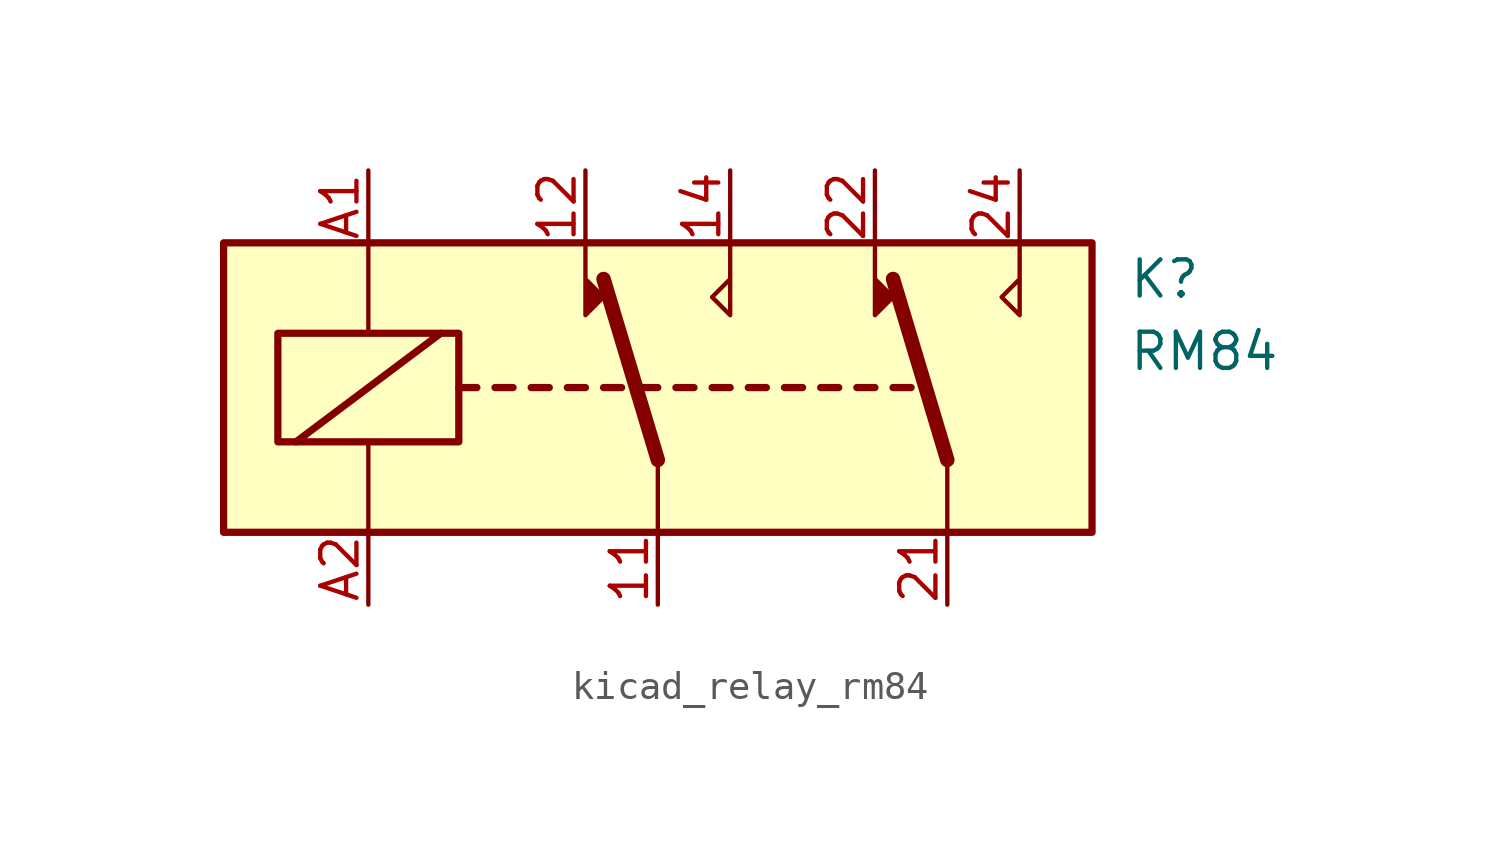
<source format=kicad_sym>
(kicad_symbol_lib
  (version 20220914)
  (generator kicad_symbol_editor)
  (symbol "kicad_relay_rm84"
    (property "Reference" "K"
      (at 16.51 3.81 0)
      (effects (font (size 1.27 1.27)) (justify left)))
    (property "Value" "RM84"
      (at 16.51 1.27 0)
      (effects (font (size 1.27 1.27)) (justify left)))
    (symbol "kicad_relay_rm84_0_1"
      (rectangle (start -15.24 5.08) (end 15.24 -5.08) (stroke (width 0.254) (type default)) (fill (type background)))
      (rectangle (start -13.335 1.905) (end -6.985 -1.905) (stroke (width 0.254) (type default)) (fill (type none)))
      (polyline (pts (xy -12.7 -1.905) (xy -7.62 1.905)) (stroke (width 0.254) (type default)) (fill (type none)))
      (polyline (pts (xy -10.16 -5.08) (xy -10.16 -1.905)) (stroke (width 0) (type default)) (fill (type none)))
      (polyline (pts (xy -10.16 5.08) (xy -10.16 1.905)) (stroke (width 0) (type default)) (fill (type none)))
      (polyline (pts (xy -6.985 0) (xy -6.35 0)) (stroke (width 0.254) (type default)) (fill (type none)))
      (polyline (pts (xy -5.715 0) (xy -5.08 0)) (stroke (width 0.254) (type default)) (fill (type none)))
      (polyline (pts (xy -4.445 0) (xy -3.81 0)) (stroke (width 0.254) (type default)) (fill (type none)))
      (polyline (pts (xy -3.175 0) (xy -2.54 0)) (stroke (width 0.254) (type default)) (fill (type none)))
      (polyline (pts (xy -1.905 0) (xy -1.27 0)) (stroke (width 0.254) (type default)) (fill (type none)))
      (polyline (pts (xy -0.635 0) (xy 0 0)) (stroke (width 0.254) (type default)) (fill (type none)))
      (polyline (pts (xy 0 -2.54) (xy -1.905 3.81)) (stroke (width 0.508) (type default)) (fill (type none)))
      (polyline (pts (xy 0 -2.54) (xy 0 -5.08)) (stroke (width 0) (type default)) (fill (type none)))
      (polyline (pts (xy 0.635 0) (xy 1.27 0)) (stroke (width 0.254) (type default)) (fill (type none)))
      (polyline (pts (xy 1.905 0) (xy 2.54 0)) (stroke (width 0.254) (type default)) (fill (type none)))
      (polyline (pts (xy 3.175 0) (xy 3.81 0)) (stroke (width 0.254) (type default)) (fill (type none)))
      (polyline (pts (xy 4.445 0) (xy 5.08 0)) (stroke (width 0.254) (type default)) (fill (type none)))
      (polyline (pts (xy 5.715 0) (xy 6.35 0)) (stroke (width 0.254) (type default)) (fill (type none)))
      (polyline (pts (xy 6.985 0) (xy 7.62 0)) (stroke (width 0.254) (type default)) (fill (type none)))
      (polyline (pts (xy 8.255 0) (xy 8.89 0)) (stroke (width 0.254) (type default)) (fill (type none)))
      (polyline (pts (xy 10.16 -2.54) (xy 8.255 3.81)) (stroke (width 0.508) (type default)) (fill (type none)))
      (polyline (pts (xy 10.16 -2.54) (xy 10.16 -5.08)) (stroke (width 0) (type default)) (fill (type none)))
      (polyline (pts (xy -2.54 5.08) (xy -2.54 2.54) (xy -1.905 3.175) (xy -2.54 3.81)) (stroke (width 0) (type default)) (fill (type outline)))
      (polyline (pts (xy 2.54 5.08) (xy 2.54 2.54) (xy 1.905 3.175) (xy 2.54 3.81)) (stroke (width 0) (type default)) (fill (type none)))
      (polyline (pts (xy 7.62 5.08) (xy 7.62 2.54) (xy 8.255 3.175) (xy 7.62 3.81)) (stroke (width 0) (type default)) (fill (type outline)))
      (polyline (pts (xy 12.7 5.08) (xy 12.7 2.54) (xy 12.065 3.175) (xy 12.7 3.81)) (stroke (width 0) (type default)) (fill (type none))))
    (symbol "kicad_relay_rm84_1_1"
      (pin passive line (at 0 -7.62 90) (length 2.54) (name "~" (effects (font (size 1.27 1.27)))) (number "11" (effects (font (size 1.27 1.27)))))
      (pin passive line (at -2.54 7.62 270) (length 2.54) (name "~" (effects (font (size 1.27 1.27)))) (number "12" (effects (font (size 1.27 1.27)))))
      (pin passive line (at 2.54 7.62 270) (length 2.54) (name "~" (effects (font (size 1.27 1.27)))) (number "14" (effects (font (size 1.27 1.27)))))
      (pin passive line (at 10.16 -7.62 90) (length 2.54) (name "~" (effects (font (size 1.27 1.27)))) (number "21" (effects (font (size 1.27 1.27)))))
      (pin passive line (at 7.62 7.62 270) (length 2.54) (name "~" (effects (font (size 1.27 1.27)))) (number "22" (effects (font (size 1.27 1.27)))))
      (pin passive line (at 12.7 7.62 270) (length 2.54) (name "~" (effects (font (size 1.27 1.27)))) (number "24" (effects (font (size 1.27 1.27)))))
      (pin passive line (at -10.16 7.62 270) (length 2.54) (name "~" (effects (font (size 1.27 1.27)))) (number "A1" (effects (font (size 1.27 1.27)))))
      (pin passive line (at -10.16 -7.62 90) (length 2.54) (name "~" (effects (font (size 1.27 1.27)))) (number "A2" (effects (font (size 1.27 1.27))))))))
</source>
